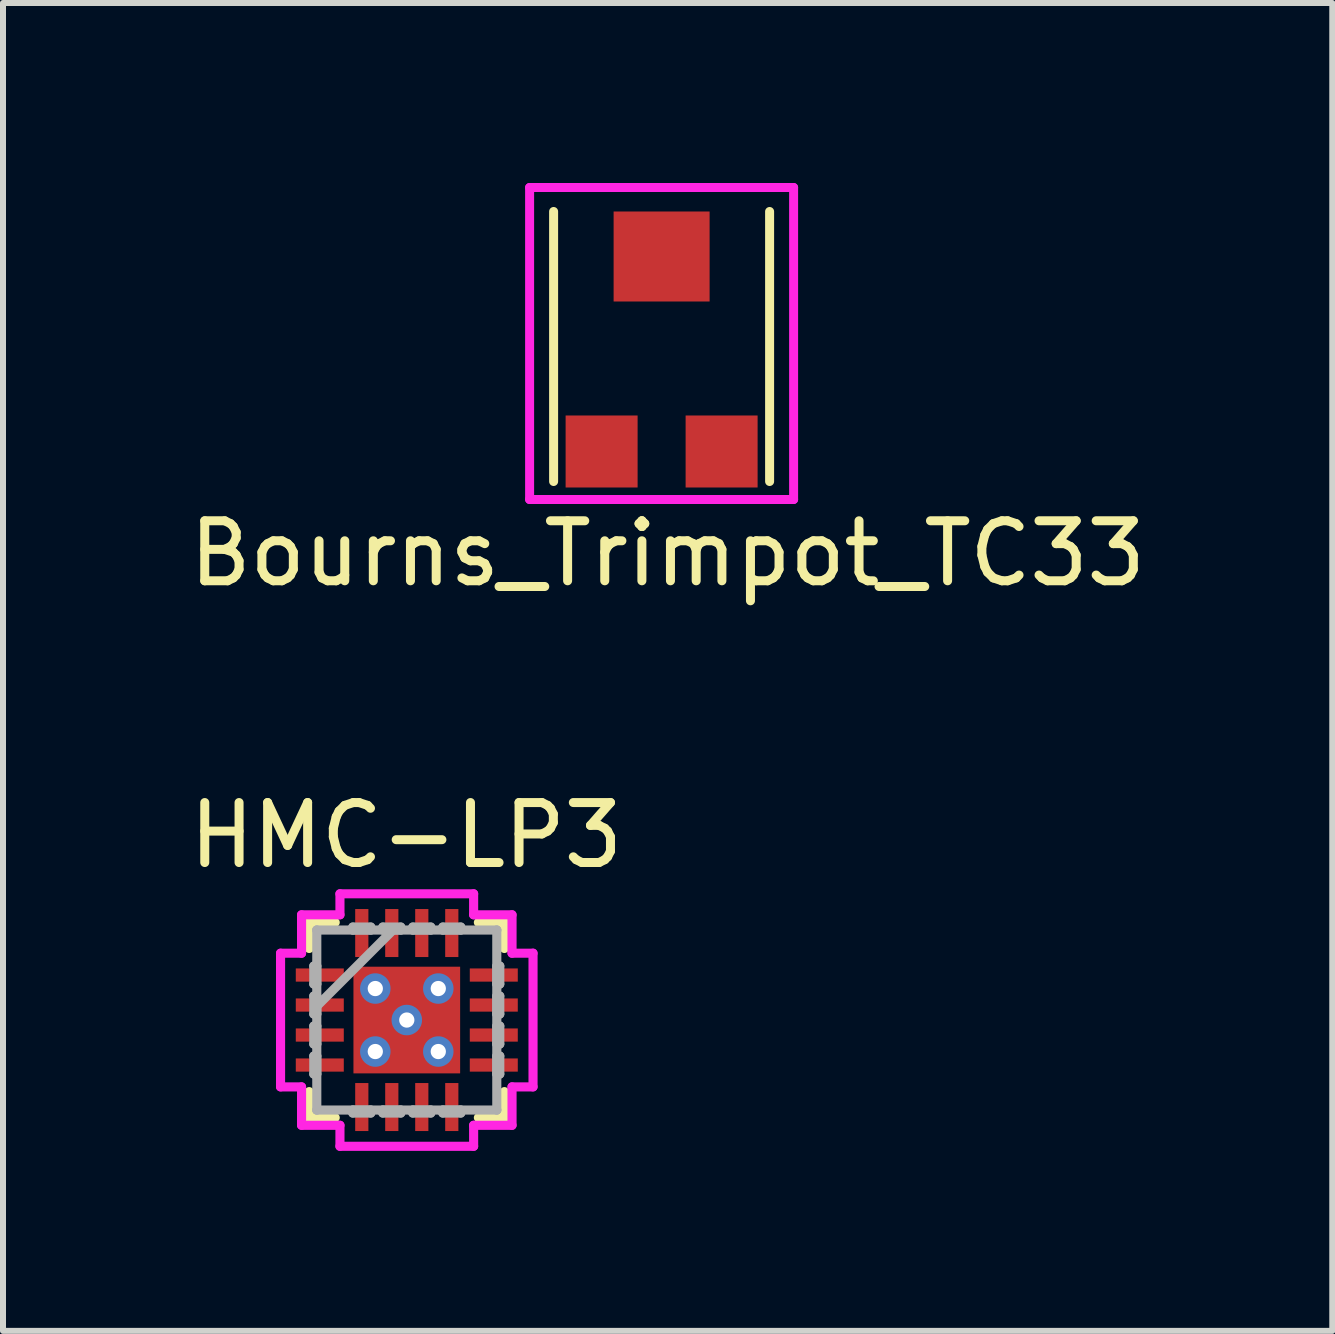
<source format=kicad_pcb>
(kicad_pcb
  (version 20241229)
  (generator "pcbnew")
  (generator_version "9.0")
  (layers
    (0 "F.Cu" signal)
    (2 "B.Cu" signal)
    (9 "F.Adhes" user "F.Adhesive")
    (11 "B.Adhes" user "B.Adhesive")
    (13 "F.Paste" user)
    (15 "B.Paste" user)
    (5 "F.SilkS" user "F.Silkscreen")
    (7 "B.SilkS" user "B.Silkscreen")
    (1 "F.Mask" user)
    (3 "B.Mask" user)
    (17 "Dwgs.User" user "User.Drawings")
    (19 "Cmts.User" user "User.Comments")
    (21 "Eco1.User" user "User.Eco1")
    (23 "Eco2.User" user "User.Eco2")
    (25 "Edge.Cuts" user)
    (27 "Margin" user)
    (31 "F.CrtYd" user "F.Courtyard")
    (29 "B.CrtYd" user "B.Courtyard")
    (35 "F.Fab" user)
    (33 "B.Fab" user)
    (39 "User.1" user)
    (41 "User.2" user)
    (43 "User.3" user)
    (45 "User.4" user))
  (footprint "HMC-LP3"
    (layer "F.Cu")
    (at 3.73 13.951)
    (property "Reference" "HMC-LP3" (at -0.01 -3.08 0) (layer "F.SilkS") (effects (font (size 1 1) (thickness 0.15))))
    (attr through_hole)
    (fp_line (start -1.627 -1.627) (end -1.627 -1.193) (stroke (width 0.152) (type solid)) (layer "F.SilkS"))
    (fp_line (start -1.627 1.193) (end -1.627 1.627) (stroke (width 0.152) (type solid)) (layer "F.SilkS"))
    (fp_line (start -1.627 1.627) (end -1.193 1.627) (stroke (width 0.152) (type solid)) (layer "F.SilkS"))
    (fp_line (start -1.193 -1.627) (end -1.627 -1.627) (stroke (width 0.152) (type solid)) (layer "F.SilkS"))
    (fp_line (start 1.193 1.627) (end 1.627 1.627) (stroke (width 0.152) (type solid)) (layer "F.SilkS"))
    (fp_line (start 1.627 -1.627) (end 1.193 -1.627) (stroke (width 0.152) (type solid)) (layer "F.SilkS"))
    (fp_line (start 1.627 -1.193) (end 1.627 -1.627) (stroke (width 0.152) (type solid)) (layer "F.SilkS"))
    (fp_line (start 1.627 1.627) (end 1.627 1.193) (stroke (width 0.152) (type solid)) (layer "F.SilkS"))
    (fp_line (start -2.104 -1.114) (end -1.754 -1.114) (stroke (width 0.152) (type solid)) (layer "F.CrtYd"))
    (fp_line (start -2.104 1.114) (end -2.104 -1.114) (stroke (width 0.152) (type solid)) (layer "F.CrtYd"))
    (fp_line (start -1.754 -1.754) (end -1.114 -1.754) (stroke (width 0.152) (type solid)) (layer "F.CrtYd"))
    (fp_line (start -1.754 -1.114) (end -1.754 -1.754) (stroke (width 0.152) (type solid)) (layer "F.CrtYd"))
    (fp_line (start -1.754 1.114) (end -2.104 1.114) (stroke (width 0.152) (type solid)) (layer "F.CrtYd"))
    (fp_line (start -1.754 1.754) (end -1.754 1.114) (stroke (width 0.152) (type solid)) (layer "F.CrtYd"))
    (fp_line (start -1.114 -2.104) (end 1.114 -2.104) (stroke (width 0.152) (type solid)) (layer "F.CrtYd"))
    (fp_line (start -1.114 -1.754) (end -1.114 -2.104) (stroke (width 0.152) (type solid)) (layer "F.CrtYd"))
    (fp_line (start -1.114 1.754) (end -1.754 1.754) (stroke (width 0.152) (type solid)) (layer "F.CrtYd"))
    (fp_line (start -1.114 2.104) (end -1.114 1.754) (stroke (width 0.152) (type solid)) (layer "F.CrtYd"))
    (fp_line (start 1.114 -2.104) (end 1.114 -1.754) (stroke (width 0.152) (type solid)) (layer "F.CrtYd"))
    (fp_line (start 1.114 -1.754) (end 1.754 -1.754) (stroke (width 0.152) (type solid)) (layer "F.CrtYd"))
    (fp_line (start 1.114 1.754) (end 1.114 2.104) (stroke (width 0.152) (type solid)) (layer "F.CrtYd"))
    (fp_line (start 1.114 2.104) (end -1.114 2.104) (stroke (width 0.152) (type solid)) (layer "F.CrtYd"))
    (fp_line (start 1.754 -1.754) (end 1.754 -1.114) (stroke (width 0.152) (type solid)) (layer "F.CrtYd"))
    (fp_line (start 1.754 -1.114) (end 2.104 -1.114) (stroke (width 0.152) (type solid)) (layer "F.CrtYd"))
    (fp_line (start 1.754 1.114) (end 1.754 1.754) (stroke (width 0.152) (type solid)) (layer "F.CrtYd"))
    (fp_line (start 1.754 1.754) (end 1.114 1.754) (stroke (width 0.152) (type solid)) (layer "F.CrtYd"))
    (fp_line (start 2.104 -1.114) (end 2.104 1.114) (stroke (width 0.152) (type solid)) (layer "F.CrtYd"))
    (fp_line (start 2.104 1.114) (end 1.754 1.114) (stroke (width 0.152) (type solid)) (layer "F.CrtYd"))
    (fp_line (start -1.55 -0.9) (end -1.55 -0.6) (stroke (width 0.152) (type solid)) (layer "F.Fab"))
    (fp_line (start -1.55 -0.6) (end -1.5 -0.6) (stroke (width 0.152) (type solid)) (layer "F.Fab"))
    (fp_line (start -1.55 -0.4) (end -1.55 -0.1) (stroke (width 0.152) (type solid)) (layer "F.Fab"))
    (fp_line (start -1.55 -0.1) (end -1.5 -0.1) (stroke (width 0.152) (type solid)) (layer "F.Fab"))
    (fp_line (start -1.55 0.1) (end -1.55 0.4) (stroke (width 0.152) (type solid)) (layer "F.Fab"))
    (fp_line (start -1.55 0.4) (end -1.5 0.4) (stroke (width 0.152) (type solid)) (layer "F.Fab"))
    (fp_line (start -1.55 0.6) (end -1.55 0.9) (stroke (width 0.152) (type solid)) (layer "F.Fab"))
    (fp_line (start -1.55 0.9) (end -1.5 0.9) (stroke (width 0.152) (type solid)) (layer "F.Fab"))
    (fp_line (start -1.5 -1.5) (end -1.5 -1.5) (stroke (width 0.152) (type solid)) (layer "F.Fab"))
    (fp_line (start -1.5 -1.5) (end -1.5 1.5) (stroke (width 0.152) (type solid)) (layer "F.Fab"))
    (fp_line (start -1.5 -0.9) (end -1.55 -0.9) (stroke (width 0.152) (type solid)) (layer "F.Fab"))
    (fp_line (start -1.5 -0.6) (end -1.5 -0.9) (stroke (width 0.152) (type solid)) (layer "F.Fab"))
    (fp_line (start -1.5 -0.4) (end -1.55 -0.4) (stroke (width 0.152) (type solid)) (layer "F.Fab"))
    (fp_line (start -1.5 -0.23) (end -0.23 -1.5) (stroke (width 0.152) (type solid)) (layer "F.Fab"))
    (fp_line (start -1.5 -0.1) (end -1.5 -0.4) (stroke (width 0.152) (type solid)) (layer "F.Fab"))
    (fp_line (start -1.5 0.1) (end -1.55 0.1) (stroke (width 0.152) (type solid)) (layer "F.Fab"))
    (fp_line (start -1.5 0.4) (end -1.5 0.1) (stroke (width 0.152) (type solid)) (layer "F.Fab"))
    (fp_line (start -1.5 0.6) (end -1.55 0.6) (stroke (width 0.152) (type solid)) (layer "F.Fab"))
    (fp_line (start -1.5 0.9) (end -1.5 0.6) (stroke (width 0.152) (type solid)) (layer "F.Fab"))
    (fp_line (start -1.5 1.5) (end -1.5 1.5) (stroke (width 0.152) (type solid)) (layer "F.Fab"))
    (fp_line (start -1.5 1.5) (end 1.5 1.5) (stroke (width 0.152) (type solid)) (layer "F.Fab"))
    (fp_line (start -0.9 -1.55) (end -0.9 -1.5) (stroke (width 0.152) (type solid)) (layer "F.Fab"))
    (fp_line (start -0.9 -1.5) (end -0.6 -1.5) (stroke (width 0.152) (type solid)) (layer "F.Fab"))
    (fp_line (start -0.9 1.5) (end -0.9 1.55) (stroke (width 0.152) (type solid)) (layer "F.Fab"))
    (fp_line (start -0.9 1.55) (end -0.6 1.55) (stroke (width 0.152) (type solid)) (layer "F.Fab"))
    (fp_line (start -0.6 -1.55) (end -0.9 -1.55) (stroke (width 0.152) (type solid)) (layer "F.Fab"))
    (fp_line (start -0.6 -1.5) (end -0.6 -1.55) (stroke (width 0.152) (type solid)) (layer "F.Fab"))
    (fp_line (start -0.6 1.5) (end -0.9 1.5) (stroke (width 0.152) (type solid)) (layer "F.Fab"))
    (fp_line (start -0.6 1.55) (end -0.6 1.5) (stroke (width 0.152) (type solid)) (layer "F.Fab"))
    (fp_line (start -0.4 -1.55) (end -0.4 -1.5) (stroke (width 0.152) (type solid)) (layer "F.Fab"))
    (fp_line (start -0.4 -1.5) (end -0.1 -1.5) (stroke (width 0.152) (type solid)) (layer "F.Fab"))
    (fp_line (start -0.4 1.5) (end -0.4 1.55) (stroke (width 0.152) (type solid)) (layer "F.Fab"))
    (fp_line (start -0.4 1.55) (end -0.1 1.55) (stroke (width 0.152) (type solid)) (layer "F.Fab"))
    (fp_line (start -0.1 -1.55) (end -0.4 -1.55) (stroke (width 0.152) (type solid)) (layer "F.Fab"))
    (fp_line (start -0.1 -1.5) (end -0.1 -1.55) (stroke (width 0.152) (type solid)) (layer "F.Fab"))
    (fp_line (start -0.1 1.5) (end -0.4 1.5) (stroke (width 0.152) (type solid)) (layer "F.Fab"))
    (fp_line (start -0.1 1.55) (end -0.1 1.5) (stroke (width 0.152) (type solid)) (layer "F.Fab"))
    (fp_line (start 0.1 -1.55) (end 0.1 -1.5) (stroke (width 0.152) (type solid)) (layer "F.Fab"))
    (fp_line (start 0.1 -1.5) (end 0.4 -1.5) (stroke (width 0.152) (type solid)) (layer "F.Fab"))
    (fp_line (start 0.1 1.5) (end 0.1 1.55) (stroke (width 0.152) (type solid)) (layer "F.Fab"))
    (fp_line (start 0.1 1.55) (end 0.4 1.55) (stroke (width 0.152) (type solid)) (layer "F.Fab"))
    (fp_line (start 0.4 -1.55) (end 0.1 -1.55) (stroke (width 0.152) (type solid)) (layer "F.Fab"))
    (fp_line (start 0.4 -1.5) (end 0.4 -1.55) (stroke (width 0.152) (type solid)) (layer "F.Fab"))
    (fp_line (start 0.4 1.5) (end 0.1 1.5) (stroke (width 0.152) (type solid)) (layer "F.Fab"))
    (fp_line (start 0.4 1.55) (end 0.4 1.5) (stroke (width 0.152) (type solid)) (layer "F.Fab"))
    (fp_line (start 0.6 -1.55) (end 0.6 -1.5) (stroke (width 0.152) (type solid)) (layer "F.Fab"))
    (fp_line (start 0.6 -1.5) (end 0.9 -1.5) (stroke (width 0.152) (type solid)) (layer "F.Fab"))
    (fp_line (start 0.6 1.5) (end 0.6 1.55) (stroke (width 0.152) (type solid)) (layer "F.Fab"))
    (fp_line (start 0.6 1.55) (end 0.9 1.55) (stroke (width 0.152) (type solid)) (layer "F.Fab"))
    (fp_line (start 0.9 -1.55) (end 0.6 -1.55) (stroke (width 0.152) (type solid)) (layer "F.Fab"))
    (fp_line (start 0.9 -1.5) (end 0.9 -1.55) (stroke (width 0.152) (type solid)) (layer "F.Fab"))
    (fp_line (start 0.9 1.5) (end 0.6 1.5) (stroke (width 0.152) (type solid)) (layer "F.Fab"))
    (fp_line (start 0.9 1.55) (end 0.9 1.5) (stroke (width 0.152) (type solid)) (layer "F.Fab"))
    (fp_line (start 1.5 -1.5) (end -1.5 -1.5) (stroke (width 0.152) (type solid)) (layer "F.Fab"))
    (fp_line (start 1.5 -1.5) (end 1.5 -1.5) (stroke (width 0.152) (type solid)) (layer "F.Fab"))
    (fp_line (start 1.5 -0.9) (end 1.5 -0.6) (stroke (width 0.152) (type solid)) (layer "F.Fab"))
    (fp_line (start 1.5 -0.6) (end 1.55 -0.6) (stroke (width 0.152) (type solid)) (layer "F.Fab"))
    (fp_line (start 1.5 -0.4) (end 1.5 -0.1) (stroke (width 0.152) (type solid)) (layer "F.Fab"))
    (fp_line (start 1.5 -0.1) (end 1.55 -0.1) (stroke (width 0.152) (type solid)) (layer "F.Fab"))
    (fp_line (start 1.5 0.1) (end 1.5 0.4) (stroke (width 0.152) (type solid)) (layer "F.Fab"))
    (fp_line (start 1.5 0.4) (end 1.55 0.4) (stroke (width 0.152) (type solid)) (layer "F.Fab"))
    (fp_line (start 1.5 0.6) (end 1.5 0.9) (stroke (width 0.152) (type solid)) (layer "F.Fab"))
    (fp_line (start 1.5 0.9) (end 1.55 0.9) (stroke (width 0.152) (type solid)) (layer "F.Fab"))
    (fp_line (start 1.5 1.5) (end 1.5 -1.5) (stroke (width 0.152) (type solid)) (layer "F.Fab"))
    (fp_line (start 1.5 1.5) (end 1.5 1.5) (stroke (width 0.152) (type solid)) (layer "F.Fab"))
    (fp_line (start 1.55 -0.9) (end 1.5 -0.9) (stroke (width 0.152) (type solid)) (layer "F.Fab"))
    (fp_line (start 1.55 -0.6) (end 1.55 -0.9) (stroke (width 0.152) (type solid)) (layer "F.Fab"))
    (fp_line (start 1.55 -0.4) (end 1.5 -0.4) (stroke (width 0.152) (type solid)) (layer "F.Fab"))
    (fp_line (start 1.55 -0.1) (end 1.55 -0.4) (stroke (width 0.152) (type solid)) (layer "F.Fab"))
    (fp_line (start 1.55 0.1) (end 1.5 0.1) (stroke (width 0.152) (type solid)) (layer "F.Fab"))
    (fp_line (start 1.55 0.4) (end 1.55 0.1) (stroke (width 0.152) (type solid)) (layer "F.Fab"))
    (fp_line (start 1.55 0.6) (end 1.5 0.6) (stroke (width 0.152) (type solid)) (layer "F.Fab"))
    (fp_line (start 1.55 0.9) (end 1.55 0.6) (stroke (width 0.152) (type solid)) (layer "F.Fab"))
    (pad "" smd roundrect (at -1.45 -0.75 90) (size 0.15 0.75) (layers "F.Paste") (roundrect_rratio 0.5))
    (pad "" smd roundrect (at -1.45 -0.25 90) (size 0.15 0.75) (layers "F.Paste") (roundrect_rratio 0.5))
    (pad "" smd rect (at -1.45 0) (size 0.8 1.95) (layers "F.Mask"))
    (pad "" smd roundrect (at -1.45 0.25 90) (size 0.15 0.75) (layers "F.Paste") (roundrect_rratio 0.5))
    (pad "" smd roundrect (at -1.45 0.75 90) (size 0.15 0.75) (layers "F.Paste") (roundrect_rratio 0.5))
    (pad "" smd roundrect (at -0.75 -1.45 90) (size 0.75 0.15) (layers "F.Paste") (roundrect_rratio 0.5))
    (pad "" smd roundrect (at -0.75 1.45 90) (size 0.75 0.15) (layers "F.Paste") (roundrect_rratio 0.5))
    (pad "" smd roundrect (at -0.343 -0.343) (size 0.637 0.637) (layers "F.Paste") (roundrect_rratio 0.25))
    (pad "" smd roundrect (at -0.343 0.343) (size 0.637 0.637) (layers "F.Paste") (roundrect_rratio 0.25))
    (pad "" smd roundrect (at -0.25 -1.45 90) (size 0.75 0.15) (layers "F.Paste") (roundrect_rratio 0.5))
    (pad "" smd roundrect (at -0.25 1.45 90) (size 0.75 0.15) (layers "F.Paste") (roundrect_rratio 0.5))
    (pad "" smd rect (at -0.003 1.45) (size 1.95 0.8) (layers "F.Mask"))
    (pad "" smd rect (at 0 -1.45) (size 1.95 0.8) (layers "F.Mask"))
    (pad "" smd rect (at 0 0) (size 1.473 1.473) (layers "F.Mask"))
    (pad "" smd roundrect (at 0.25 -1.45 90) (size 0.75 0.15) (layers "F.Paste") (roundrect_rratio 0.5))
    (pad "" smd roundrect (at 0.25 1.45 90) (size 0.75 0.15) (layers "F.Paste") (roundrect_rratio 0.5))
    (pad "" smd roundrect (at 0.343 -0.343) (size 0.637 0.637) (layers "F.Paste") (roundrect_rratio 0.25))
    (pad "" smd roundrect (at 0.343 0.343) (size 0.637 0.637) (layers "F.Paste") (roundrect_rratio 0.25))
    (pad "" smd roundrect (at 0.75 -1.45 90) (size 0.75 0.15) (layers "F.Paste") (roundrect_rratio 0.5))
    (pad "" smd roundrect (at 0.75 1.45 90) (size 0.75 0.15) (layers "F.Paste") (roundrect_rratio 0.5))
    (pad "" smd roundrect (at 1.45 -0.75 90) (size 0.15 0.75) (layers "F.Paste") (roundrect_rratio 0.5))
    (pad "" smd roundrect (at 1.45 -0.25 90) (size 0.15 0.75) (layers "F.Paste") (roundrect_rratio 0.5))
    (pad "" smd rect (at 1.45 0) (size 0.8 1.95) (layers "F.Mask"))
    (pad "" smd roundrect (at 1.45 0.25 90) (size 0.15 0.75) (layers "F.Paste") (roundrect_rratio 0.5))
    (pad "" smd roundrect (at 1.45 0.75 90) (size 0.15 0.75) (layers "F.Paste") (roundrect_rratio 0.5))
    (pad "1" smd rect (at -1.45 -0.75 90) (size 0.22 0.8) (layers "F.Cu"))
    (pad "2" smd rect (at -1.45 -0.25 90) (size 0.22 0.8) (layers "F.Cu"))
    (pad "3" smd rect (at -1.45 0.25 90) (size 0.22 0.8) (layers "F.Cu"))
    (pad "4" smd rect (at -1.45 0.75 90) (size 0.22 0.8) (layers "F.Cu"))
    (pad "5" smd rect (at -0.75 1.45) (size 0.22 0.8) (layers "F.Cu"))
    (pad "6" smd rect (at -0.25 1.45) (size 0.22 0.8) (layers "F.Cu"))
    (pad "7" smd rect (at 0.25 1.45) (size 0.22 0.8) (layers "F.Cu"))
    (pad "8" smd rect (at 0.75 1.45) (size 0.22 0.8) (layers "F.Cu"))
    (pad "9" smd rect (at 1.45 0.75 90) (size 0.22 0.8) (layers "F.Cu"))
    (pad "10" smd rect (at 1.45 0.25 90) (size 0.22 0.8) (layers "F.Cu"))
    (pad "11" smd rect (at 1.45 -0.25 90) (size 0.22 0.8) (layers "F.Cu"))
    (pad "12" smd rect (at 1.45 -0.75 90) (size 0.22 0.8) (layers "F.Cu"))
    (pad "13" smd rect (at 0.75 -1.45) (size 0.22 0.8) (layers "F.Cu"))
    (pad "14" smd rect (at 0.25 -1.45) (size 0.22 0.8) (layers "F.Cu"))
    (pad "15" smd rect (at -0.25 -1.45) (size 0.22 0.8) (layers "F.Cu"))
    (pad "16" smd rect (at -0.75 -1.45) (size 0.22 0.8) (layers "F.Cu"))
    (pad "17" thru_hole circle (at -0.525 -0.525 90) (size 0.508 0.508) (drill 0.254) (layers "*.Cu"))
    (pad "17" thru_hole circle (at -0.525 0.525 90) (size 0.508 0.508) (drill 0.254) (layers "*.Cu"))
    (pad "17" thru_hole circle (at 0 0 90) (size 0.508 0.508) (drill 0.254) (layers "*.Cu"))
    (pad "17" smd rect (at 0 0) (size 1.778 1.778) (layers "F.Cu"))
    (pad "17" thru_hole circle (at 0.525 -0.525 90) (size 0.508 0.508) (drill 0.254) (layers "*.Cu"))
    (pad "17" thru_hole circle (at 0.525 0.525 90) (size 0.508 0.508) (drill 0.254) (layers "*.Cu")))
  (footprint "Bourns_Trimpot_TC33"
    (layer "F.Cu")
    (at 7.977 2.675)
    (property "Reference" "Bourns_Trimpot_TC33" (at 0.1 3.5 0) (layer "F.SilkS") (effects (font (size 1 1) (thickness 0.15))))
    (attr through_hole)
    (fp_line (start -1.8 -2.2) (end -1.8 2.3) (stroke (width 0.15) (type solid)) (layer "F.SilkS"))
    (fp_line (start 1.8 -2.2) (end 1.8 2.3) (stroke (width 0.15) (type solid)) (layer "F.SilkS"))
    (fp_line (start -2.2 -2.6) (end 2.2 -2.6) (stroke (width 0.15) (type solid)) (layer "F.CrtYd"))
    (fp_line (start -2.2 2.6) (end -2.2 -2.6) (stroke (width 0.15) (type solid)) (layer "F.CrtYd"))
    (fp_line (start 2.2 -2.6) (end 2.2 2.6) (stroke (width 0.15) (type solid)) (layer "F.CrtYd"))
    (fp_line (start 2.2 2.6) (end -2.2 2.6) (stroke (width 0.15) (type solid)) (layer "F.CrtYd"))
    (pad "1" smd rect (at -1 1.8) (size 1.2 1.2) (layers "F.Cu" "F.Mask" "F.Paste"))
    (pad "2" smd rect (at 0 -1.45) (size 1.6 1.5) (layers "F.Cu" "F.Mask" "F.Paste"))
    (pad "3" smd rect (at 1 1.8) (size 1.2 1.2) (layers "F.Cu" "F.Mask" "F.Paste")))
  (gr_rect
    (start -3 -3)
    (end 19.155 19.132)
    (stroke (width 0.1) (type default))
    (fill no)
    (layer "Edge.Cuts")))
</source>
